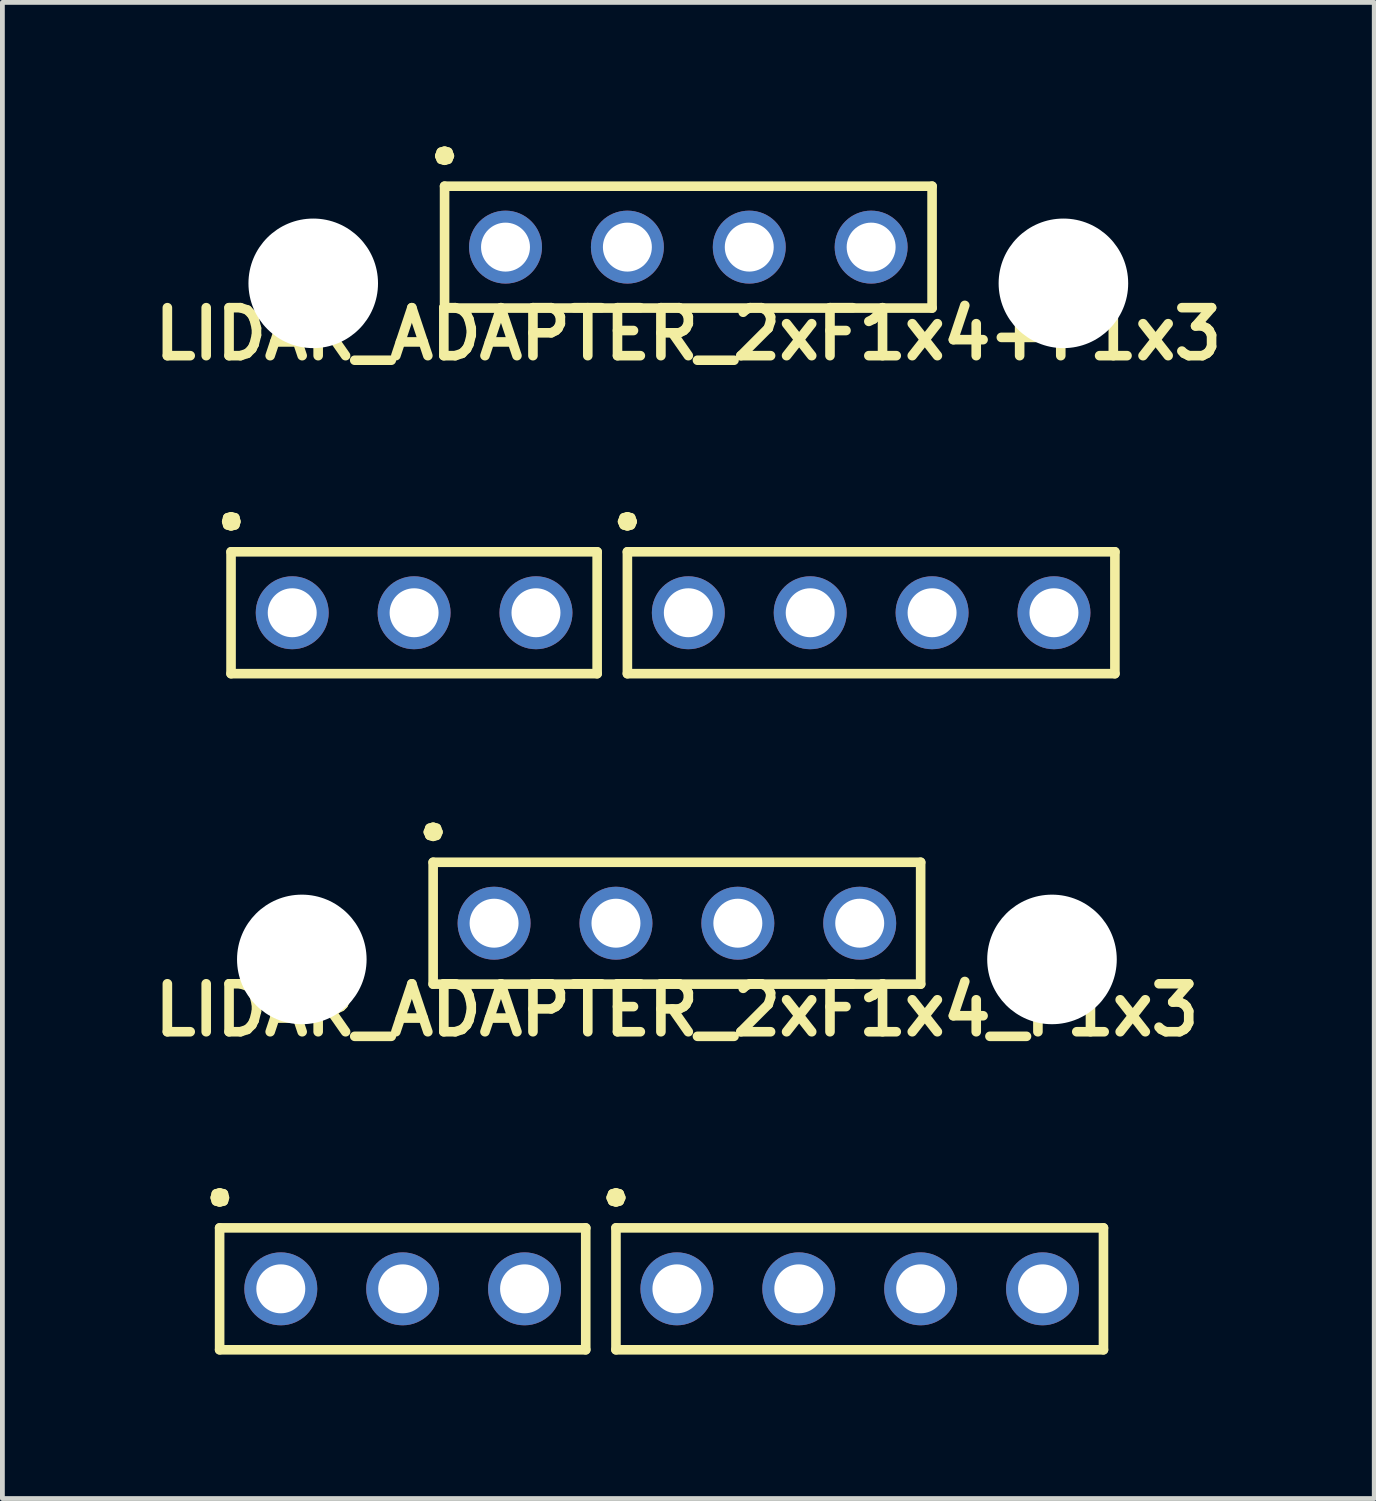
<source format=kicad_pcb>
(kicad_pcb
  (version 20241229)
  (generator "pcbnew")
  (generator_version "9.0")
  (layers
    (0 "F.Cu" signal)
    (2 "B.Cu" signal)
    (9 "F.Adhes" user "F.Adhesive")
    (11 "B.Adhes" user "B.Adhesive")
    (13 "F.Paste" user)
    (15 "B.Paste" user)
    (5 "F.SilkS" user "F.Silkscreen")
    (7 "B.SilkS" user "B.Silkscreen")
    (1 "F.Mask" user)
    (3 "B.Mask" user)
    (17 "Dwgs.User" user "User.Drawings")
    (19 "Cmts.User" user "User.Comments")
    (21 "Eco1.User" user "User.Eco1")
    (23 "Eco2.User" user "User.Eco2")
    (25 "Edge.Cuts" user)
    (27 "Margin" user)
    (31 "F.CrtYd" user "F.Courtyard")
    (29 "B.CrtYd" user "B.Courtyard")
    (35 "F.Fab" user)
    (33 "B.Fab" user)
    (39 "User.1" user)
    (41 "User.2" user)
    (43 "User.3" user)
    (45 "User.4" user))
  (footprint "LIDAR_ADAPTER_2xF1x4+F1x3"
    (layer "F.Cu")
    (at 11.295 5.91)
    (property "Reference" "LIDAR_ADAPTER_2xF1x4+F1x3" (at 0 -2 0) (layer "F.SilkS") (effects (font (size 1 1) (thickness 0.2))))
    (attr through_hole)
    (fp_line (start -9.62 1.91) (end -9.6 1.98) (stroke (width 0.2) (type solid)) (layer "F.SilkS"))
    (fp_line (start -9.6 1.83) (end -9.62 1.91) (stroke (width 0.2) (type solid)) (layer "F.SilkS"))
    (fp_line (start -9.6 1.98) (end -9.53 2) (stroke (width 0.2) (type solid)) (layer "F.SilkS"))
    (fp_line (start -9.53 1.81) (end -9.6 1.83) (stroke (width 0.2) (type solid)) (layer "F.SilkS"))
    (fp_line (start -9.53 2) (end -9.45 1.98) (stroke (width 0.2) (type solid)) (layer "F.SilkS"))
    (fp_line (start -9.53 2.54) (end -9.53 5.08) (stroke (width 0.2) (type solid)) (layer "F.SilkS"))
    (fp_line (start -9.53 5.08) (end -1.9 5.08) (stroke (width 0.2) (type solid)) (layer "F.SilkS"))
    (fp_line (start -9.45 1.83) (end -9.53 1.81) (stroke (width 0.2) (type solid)) (layer "F.SilkS"))
    (fp_line (start -9.45 1.98) (end -9.43 1.91) (stroke (width 0.2) (type solid)) (layer "F.SilkS"))
    (fp_line (start -9.43 1.91) (end -9.45 1.83) (stroke (width 0.2) (type solid)) (layer "F.SilkS"))
    (fp_line (start -5.18 -5.71) (end -5.15 -5.64) (stroke (width 0.2) (type solid)) (layer "F.SilkS"))
    (fp_line (start -5.15 -5.79) (end -5.18 -5.71) (stroke (width 0.2) (type solid)) (layer "F.SilkS"))
    (fp_line (start -5.15 -5.64) (end -5.08 -5.62) (stroke (width 0.2) (type solid)) (layer "F.SilkS"))
    (fp_line (start -5.08 -5.81) (end -5.15 -5.79) (stroke (width 0.2) (type solid)) (layer "F.SilkS"))
    (fp_line (start -5.08 -5.62) (end -5.01 -5.64) (stroke (width 0.2) (type solid)) (layer "F.SilkS"))
    (fp_line (start -5.08 -5.08) (end -5.08 -2.54) (stroke (width 0.2) (type solid)) (layer "F.SilkS"))
    (fp_line (start -5.08 -2.54) (end 5.08 -2.54) (stroke (width 0.2) (type solid)) (layer "F.SilkS"))
    (fp_line (start -5.01 -5.79) (end -5.08 -5.81) (stroke (width 0.2) (type solid)) (layer "F.SilkS"))
    (fp_line (start -5.01 -5.64) (end -4.98 -5.71) (stroke (width 0.2) (type solid)) (layer "F.SilkS"))
    (fp_line (start -4.98 -5.71) (end -5.01 -5.79) (stroke (width 0.2) (type solid)) (layer "F.SilkS"))
    (fp_line (start -1.9 2.54) (end -9.53 2.54) (stroke (width 0.2) (type solid)) (layer "F.SilkS"))
    (fp_line (start -1.9 5.08) (end -1.9 2.54) (stroke (width 0.2) (type solid)) (layer "F.SilkS"))
    (fp_line (start -1.37 1.91) (end -1.34 1.98) (stroke (width 0.2) (type solid)) (layer "F.SilkS"))
    (fp_line (start -1.34 1.83) (end -1.37 1.91) (stroke (width 0.2) (type solid)) (layer "F.SilkS"))
    (fp_line (start -1.34 1.98) (end -1.27 2) (stroke (width 0.2) (type solid)) (layer "F.SilkS"))
    (fp_line (start -1.27 1.81) (end -1.34 1.83) (stroke (width 0.2) (type solid)) (layer "F.SilkS"))
    (fp_line (start -1.27 2) (end -1.2 1.98) (stroke (width 0.2) (type solid)) (layer "F.SilkS"))
    (fp_line (start -1.27 2.54) (end -1.27 5.08) (stroke (width 0.2) (type solid)) (layer "F.SilkS"))
    (fp_line (start -1.27 5.08) (end 8.89 5.08) (stroke (width 0.2) (type solid)) (layer "F.SilkS"))
    (fp_line (start -1.2 1.83) (end -1.27 1.81) (stroke (width 0.2) (type solid)) (layer "F.SilkS"))
    (fp_line (start -1.2 1.98) (end -1.17 1.91) (stroke (width 0.2) (type solid)) (layer "F.SilkS"))
    (fp_line (start -1.17 1.91) (end -1.2 1.83) (stroke (width 0.2) (type solid)) (layer "F.SilkS"))
    (fp_line (start 5.08 -5.08) (end -5.08 -5.08) (stroke (width 0.2) (type solid)) (layer "F.SilkS"))
    (fp_line (start 5.08 -2.54) (end 5.08 -5.08) (stroke (width 0.2) (type solid)) (layer "F.SilkS"))
    (fp_line (start 8.89 2.54) (end -1.27 2.54) (stroke (width 0.2) (type solid)) (layer "F.SilkS"))
    (fp_line (start 8.89 5.08) (end 8.89 2.54) (stroke (width 0.2) (type solid)) (layer "F.SilkS"))
    (pad "" np_thru_hole circle (at -7.817 -3.055) (size 2.7 2.7) (drill 2.7) (layers "*.Cu" "*.Mask"))
    (pad "" np_thru_hole circle (at 7.817 -3.055) (size 2.7 2.7) (drill 2.7) (layers "*.Cu" "*.Mask"))
    (pad "1" thru_hole circle (at -8.255 3.81) (size 1.52 1.52) (drill 1.02) (layers "*.Cu" "*.Mask"))
    (pad "2" thru_hole circle (at -5.715 3.81) (size 1.52 1.52) (drill 1.02) (layers "*.Cu" "*.Mask"))
    (pad "3" thru_hole circle (at -3.175 3.81) (size 1.52 1.52) (drill 1.02) (layers "*.Cu" "*.Mask"))
    (pad "4" thru_hole circle (at 0 3.81) (size 1.52 1.52) (drill 1.02) (layers "*.Cu" "*.Mask"))
    (pad "5" thru_hole circle (at 2.54 3.81) (size 1.52 1.52) (drill 1.02) (layers "*.Cu" "*.Mask"))
    (pad "6" thru_hole circle (at 5.08 3.81) (size 1.52 1.52) (drill 1.02) (layers "*.Cu" "*.Mask"))
    (pad "7" thru_hole circle (at 7.62 3.81) (size 1.52 1.52) (drill 1.02) (layers "*.Cu" "*.Mask"))
    (pad "8" thru_hole circle (at -3.81 -3.81) (size 1.52 1.52) (drill 1.02) (layers "*.Cu" "*.Mask"))
    (pad "9" thru_hole circle (at -1.27 -3.81) (size 1.52 1.52) (drill 1.02) (layers "*.Cu" "*.Mask"))
    (pad "10" thru_hole circle (at 1.27 -3.81) (size 1.52 1.52) (drill 1.02) (layers "*.Cu" "*.Mask"))
    (pad "11" thru_hole circle (at 3.81 -3.81) (size 1.52 1.52) (drill 1.02) (layers "*.Cu" "*.Mask")))
  (footprint "LIDAR_ADAPTER_2xF1x4_F1x3"
    (layer "F.Cu")
    (at 11.057 20)
    (property "Reference" "LIDAR_ADAPTER_2xF1x4_F1x3" (at 0 -2 0) (layer "F.SilkS") (effects (font (size 1 1) (thickness 0.2))))
    (attr through_hole)
    (fp_line (start -9.62 1.91) (end -9.6 1.98) (stroke (width 0.2) (type solid)) (layer "F.SilkS"))
    (fp_line (start -9.6 1.83) (end -9.62 1.91) (stroke (width 0.2) (type solid)) (layer "F.SilkS"))
    (fp_line (start -9.6 1.98) (end -9.53 2) (stroke (width 0.2) (type solid)) (layer "F.SilkS"))
    (fp_line (start -9.53 1.81) (end -9.6 1.83) (stroke (width 0.2) (type solid)) (layer "F.SilkS"))
    (fp_line (start -9.53 2) (end -9.45 1.98) (stroke (width 0.2) (type solid)) (layer "F.SilkS"))
    (fp_line (start -9.53 2.54) (end -9.53 5.08) (stroke (width 0.2) (type solid)) (layer "F.SilkS"))
    (fp_line (start -9.53 5.08) (end -1.9 5.08) (stroke (width 0.2) (type solid)) (layer "F.SilkS"))
    (fp_line (start -9.45 1.83) (end -9.53 1.81) (stroke (width 0.2) (type solid)) (layer "F.SilkS"))
    (fp_line (start -9.45 1.98) (end -9.43 1.91) (stroke (width 0.2) (type solid)) (layer "F.SilkS"))
    (fp_line (start -9.43 1.91) (end -9.45 1.83) (stroke (width 0.2) (type solid)) (layer "F.SilkS"))
    (fp_line (start -5.18 -5.71) (end -5.15 -5.64) (stroke (width 0.2) (type solid)) (layer "F.SilkS"))
    (fp_line (start -5.15 -5.79) (end -5.18 -5.71) (stroke (width 0.2) (type solid)) (layer "F.SilkS"))
    (fp_line (start -5.15 -5.64) (end -5.08 -5.62) (stroke (width 0.2) (type solid)) (layer "F.SilkS"))
    (fp_line (start -5.08 -5.81) (end -5.15 -5.79) (stroke (width 0.2) (type solid)) (layer "F.SilkS"))
    (fp_line (start -5.08 -5.62) (end -5.01 -5.64) (stroke (width 0.2) (type solid)) (layer "F.SilkS"))
    (fp_line (start -5.08 -5.08) (end -5.08 -2.54) (stroke (width 0.2) (type solid)) (layer "F.SilkS"))
    (fp_line (start -5.08 -2.54) (end 5.08 -2.54) (stroke (width 0.2) (type solid)) (layer "F.SilkS"))
    (fp_line (start -5.01 -5.79) (end -5.08 -5.81) (stroke (width 0.2) (type solid)) (layer "F.SilkS"))
    (fp_line (start -5.01 -5.64) (end -4.98 -5.71) (stroke (width 0.2) (type solid)) (layer "F.SilkS"))
    (fp_line (start -4.98 -5.71) (end -5.01 -5.79) (stroke (width 0.2) (type solid)) (layer "F.SilkS"))
    (fp_line (start -1.9 2.54) (end -9.53 2.54) (stroke (width 0.2) (type solid)) (layer "F.SilkS"))
    (fp_line (start -1.9 5.08) (end -1.9 2.54) (stroke (width 0.2) (type solid)) (layer "F.SilkS"))
    (fp_line (start -1.37 1.91) (end -1.34 1.98) (stroke (width 0.2) (type solid)) (layer "F.SilkS"))
    (fp_line (start -1.34 1.83) (end -1.37 1.91) (stroke (width 0.2) (type solid)) (layer "F.SilkS"))
    (fp_line (start -1.34 1.98) (end -1.27 2) (stroke (width 0.2) (type solid)) (layer "F.SilkS"))
    (fp_line (start -1.27 1.81) (end -1.34 1.83) (stroke (width 0.2) (type solid)) (layer "F.SilkS"))
    (fp_line (start -1.27 2) (end -1.2 1.98) (stroke (width 0.2) (type solid)) (layer "F.SilkS"))
    (fp_line (start -1.27 2.54) (end -1.27 5.08) (stroke (width 0.2) (type solid)) (layer "F.SilkS"))
    (fp_line (start -1.27 5.08) (end 8.89 5.08) (stroke (width 0.2) (type solid)) (layer "F.SilkS"))
    (fp_line (start -1.2 1.83) (end -1.27 1.81) (stroke (width 0.2) (type solid)) (layer "F.SilkS"))
    (fp_line (start -1.2 1.98) (end -1.17 1.91) (stroke (width 0.2) (type solid)) (layer "F.SilkS"))
    (fp_line (start -1.17 1.91) (end -1.2 1.83) (stroke (width 0.2) (type solid)) (layer "F.SilkS"))
    (fp_line (start 5.08 -5.08) (end -5.08 -5.08) (stroke (width 0.2) (type solid)) (layer "F.SilkS"))
    (fp_line (start 5.08 -2.54) (end 5.08 -5.08) (stroke (width 0.2) (type solid)) (layer "F.SilkS"))
    (fp_line (start 8.89 2.54) (end -1.27 2.54) (stroke (width 0.2) (type solid)) (layer "F.SilkS"))
    (fp_line (start 8.89 5.08) (end 8.89 2.54) (stroke (width 0.2) (type solid)) (layer "F.SilkS"))
    (pad "" np_thru_hole circle (at -7.817 -3.055) (size 2.7 2.7) (drill 2.7) (layers "*.Cu" "*.Mask"))
    (pad "" np_thru_hole circle (at 7.817 -3.055) (size 2.7 2.7) (drill 2.7) (layers "*.Cu" "*.Mask"))
    (pad "1" thru_hole circle (at -8.255 3.81) (size 1.52 1.52) (drill 1.02) (layers "*.Cu" "*.Mask"))
    (pad "2" thru_hole circle (at -5.715 3.81) (size 1.52 1.52) (drill 1.02) (layers "*.Cu" "*.Mask"))
    (pad "3" thru_hole circle (at -3.175 3.81) (size 1.52 1.52) (drill 1.02) (layers "*.Cu" "*.Mask"))
    (pad "4" thru_hole circle (at 0 3.81) (size 1.52 1.52) (drill 1.02) (layers "*.Cu" "*.Mask"))
    (pad "5" thru_hole circle (at 2.54 3.81) (size 1.52 1.52) (drill 1.02) (layers "*.Cu" "*.Mask"))
    (pad "6" thru_hole circle (at 5.08 3.81) (size 1.52 1.52) (drill 1.02) (layers "*.Cu" "*.Mask"))
    (pad "7" thru_hole circle (at 7.62 3.81) (size 1.52 1.52) (drill 1.02) (layers "*.Cu" "*.Mask"))
    (pad "8" thru_hole circle (at -3.81 -3.81) (size 1.52 1.52) (drill 1.02) (layers "*.Cu" "*.Mask"))
    (pad "9" thru_hole circle (at -1.27 -3.81) (size 1.52 1.52) (drill 1.02) (layers "*.Cu" "*.Mask"))
    (pad "10" thru_hole circle (at 1.27 -3.81) (size 1.52 1.52) (drill 1.02) (layers "*.Cu" "*.Mask"))
    (pad "11" thru_hole circle (at 3.81 -3.81) (size 1.52 1.52) (drill 1.02) (layers "*.Cu" "*.Mask")))
  (gr_rect
    (start -3 -3)
    (end 25.59 28.18)
    (stroke (width 0.1) (type default))
    (fill no)
    (layer "Edge.Cuts")))
</source>
